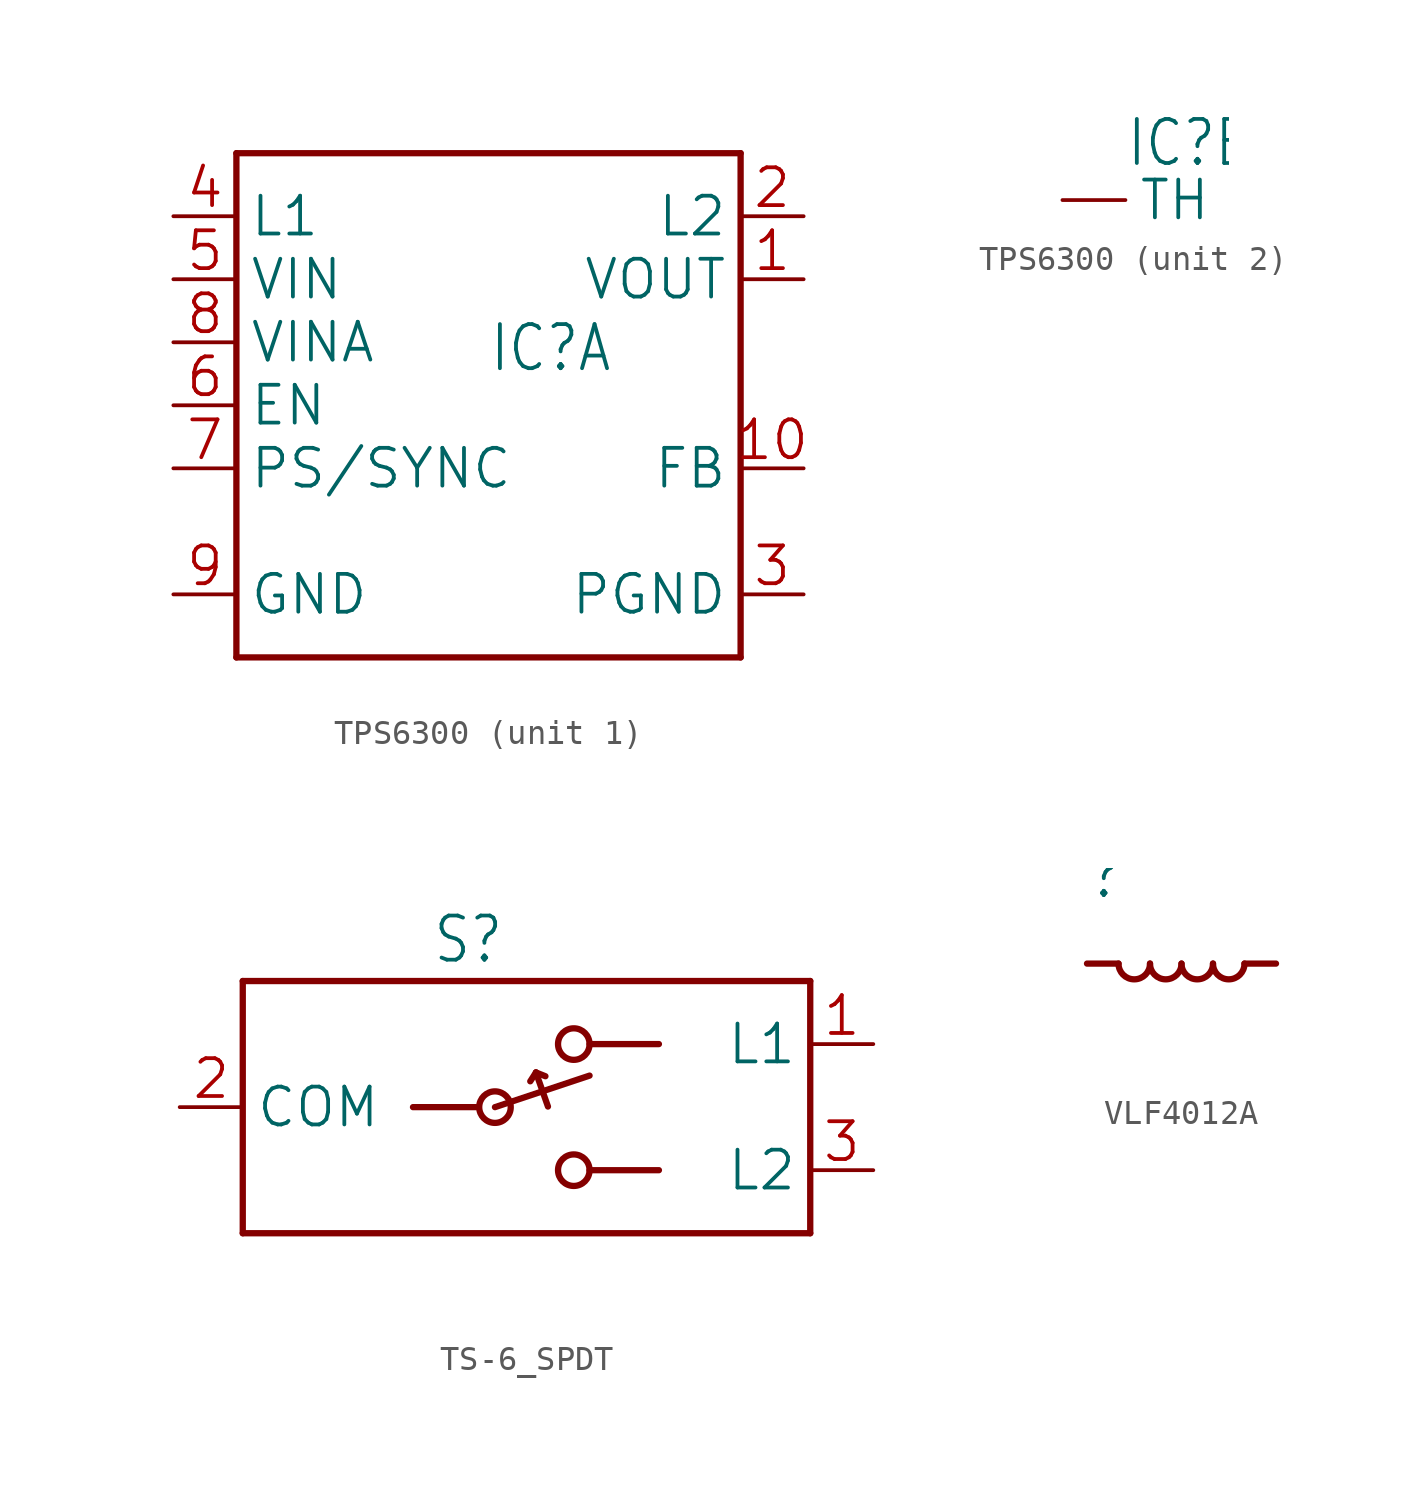
<source format=kicad_sym>
(kicad_symbol_lib
  (version 20241209)
  (generator "kicad_symbol_editor")
  (generator_version "9.0")
  (symbol "TPS6300"
    (property "Reference" "IC"
      (at 0 1.27 0)
      (effects (font (size 1.778 1.511)) (justify left bottom)))
    (property "ki_locked" ""
      (at 0 0 0)
      (effects (font (size 1.27 1.27))))
    (symbol "TPS6300_1_0"
      (polyline (pts (xy -10.16 10.16) (xy -10.16 -10.16)) (stroke (width 0.254) (type solid)) (fill (type none)))
      (polyline (pts (xy -10.16 -10.16) (xy 10.16 -10.16)) (stroke (width 0.254) (type solid)) (fill (type none)))
      (polyline (pts (xy 10.16 10.16) (xy -10.16 10.16)) (stroke (width 0.254) (type solid)) (fill (type none)))
      (polyline (pts (xy 10.16 -10.16) (xy 10.16 10.16)) (stroke (width 0.254) (type solid)) (fill (type none)))
      (pin passive line (at -12.7 7.62 0) (length 2.54) (name "L1" (effects (font (size 1.524 1.524)))) (number "4" (effects (font (size 1.524 1.524)))))
      (pin input line (at -12.7 5.08 0) (length 2.54) (name "VIN" (effects (font (size 1.524 1.524)))) (number "5" (effects (font (size 1.524 1.524)))))
      (pin input line (at -12.7 2.54 0) (length 2.54) (name "VINA" (effects (font (size 1.524 1.524)))) (number "8" (effects (font (size 1.524 1.524)))))
      (pin input line (at -12.7 0 0) (length 2.54) (name "EN" (effects (font (size 1.524 1.524)))) (number "6" (effects (font (size 1.524 1.524)))))
      (pin input line (at -12.7 -2.54 0) (length 2.54) (name "PS/SYNC" (effects (font (size 1.524 1.524)))) (number "7" (effects (font (size 1.524 1.524)))))
      (pin power_in line (at -12.7 -7.62 0) (length 2.54) (name "GND" (effects (font (size 1.524 1.524)))) (number "9" (effects (font (size 1.524 1.524)))))
      (pin passive line (at 12.7 7.62 180) (length 2.54) (name "L2" (effects (font (size 1.524 1.524)))) (number "2" (effects (font (size 1.524 1.524)))))
      (pin output line (at 12.7 5.08 180) (length 2.54) (name "VOUT" (effects (font (size 1.524 1.524)))) (number "1" (effects (font (size 1.524 1.524)))))
      (pin input line (at 12.7 -2.54 180) (length 2.54) (name "FB" (effects (font (size 1.524 1.524)))) (number "10" (effects (font (size 1.524 1.524)))))
      (pin power_in line (at 12.7 -7.62 180) (length 2.54) (name "PGND" (effects (font (size 1.524 1.524)))) (number "3" (effects (font (size 1.524 1.524))))))
    (symbol "TPS6300_2_0"
      (pin passive line (at -2.54 0 0) (length 2.54) (name "TH" (effects (font (size 1.524 1.524)))) (number "TH" (effects (font (size 0 0)))))))
  (symbol "TS-6_SPDT"
    (property "Reference" "S"
      (at -5.08 5.715 0)
      (effects (font (size 1.778 1.511)) (justify left bottom)))
    (property "Value" ""
      (at -5.08 -7.62 0)
      (effects (font (size 1.778 1.511)) (justify left bottom)))
    (property "ki_locked" ""
      (at 0 0 0)
      (effects (font (size 1.27 1.27))))
    (symbol "TS-6_SPDT_1_0"
      (polyline (pts (xy -12.7 5.08) (xy 10.16 5.08)) (stroke (width 0.254) (type solid)) (fill (type none)))
      (polyline (pts (xy -12.7 -5.08) (xy -12.7 5.08)) (stroke (width 0.254) (type solid)) (fill (type none)))
      (polyline (pts (xy -3.302 0) (xy -5.842 0)) (stroke (width 0.254) (type solid)) (fill (type none)))
      (circle (center -2.54 0) (radius 0.635) (stroke (width 0.254) (type solid)) (fill (type none)))
      (polyline (pts (xy -2.54 0) (xy 1.27 1.27)) (stroke (width 0.254) (type solid)) (fill (type none)))
      (polyline (pts (xy -1.118 1.041) (xy -0.889 1.397)) (stroke (width 0.254) (type solid)) (fill (type none)))
      (polyline (pts (xy -0.889 1.397) (xy -0.508 1.245)) (stroke (width 0.254) (type solid)) (fill (type none)))
      (polyline (pts (xy -0.889 1.397) (xy -0.406 0.025)) (stroke (width 0.254) (type solid)) (fill (type none)))
      (circle (center 0.635 2.54) (radius 0.635) (stroke (width 0.254) (type solid)) (fill (type none)))
      (circle (center 0.635 -2.54) (radius 0.635) (stroke (width 0.254) (type solid)) (fill (type none)))
      (polyline (pts (xy 1.27 2.54) (xy 4.064 2.54)) (stroke (width 0.254) (type solid)) (fill (type none)))
      (polyline (pts (xy 1.27 -2.54) (xy 4.064 -2.54)) (stroke (width 0.254) (type solid)) (fill (type none)))
      (polyline (pts (xy 10.16 5.08) (xy 10.16 -5.08)) (stroke (width 0.254) (type solid)) (fill (type none)))
      (polyline (pts (xy 10.16 -5.08) (xy -12.7 -5.08)) (stroke (width 0.254) (type solid)) (fill (type none)))
      (pin bidirectional line (at -15.24 0 0) (length 2.54) (name "COM" (effects (font (size 1.524 1.524)))) (number "2" (effects (font (size 1.524 1.524)))))
      (pin bidirectional line (at 12.7 2.54 180) (length 2.54) (name "L1" (effects (font (size 1.524 1.524)))) (number "1" (effects (font (size 1.524 1.524)))))
      (pin bidirectional line (at 12.7 -2.54 180) (length 2.54) (name "L2" (effects (font (size 1.524 1.524)))) (number "3" (effects (font (size 1.524 1.524)))))))
  (symbol "VLF4012A"
    (property "Reference" ""
      (at 0 2.54 0)
      (effects (font (size 1.778 1.511)) (justify left bottom)))
    (property "Value" ""
      (at 0 -4.318 0)
      (effects (font (size 1.778 1.511)) (justify left bottom)))
    (property "ki_locked" ""
      (at 0 0 0)
      (effects (font (size 1.27 1.27))))
    (symbol "VLF4012A_1_0"
      (polyline (pts (xy 0 0) (xy 1.27 0)) (stroke (width 0.254) (type solid)) (fill (type none)))
      (arc (start 2.54 0) (mid 1.905 -0.635) (end 1.27 0) (stroke (width 0.254) (type solid)) (fill (type none)))
      (arc (start 3.81 0) (mid 3.175 -0.635) (end 2.54 0) (stroke (width 0.254) (type solid)) (fill (type none)))
      (arc (start 5.08 0) (mid 4.445 -0.635) (end 3.81 0) (stroke (width 0.254) (type solid)) (fill (type none)))
      (arc (start 6.35 0) (mid 5.715 -0.635) (end 5.08 0) (stroke (width 0.254) (type solid)) (fill (type none)))
      (polyline (pts (xy 6.35 0) (xy 7.62 0)) (stroke (width 0.254) (type solid)) (fill (type none)))
      (pin bidirectional line (at 0 0 180) (length 0) (name "P$1" (effects (font (size 0 0)))) (number "P$1" (effects (font (size 0 0)))))
      (pin bidirectional line (at 7.62 0 0) (length 0) (name "P$2" (effects (font (size 0 0)))) (number "P$3" (effects (font (size 0 0))))))))
</source>
